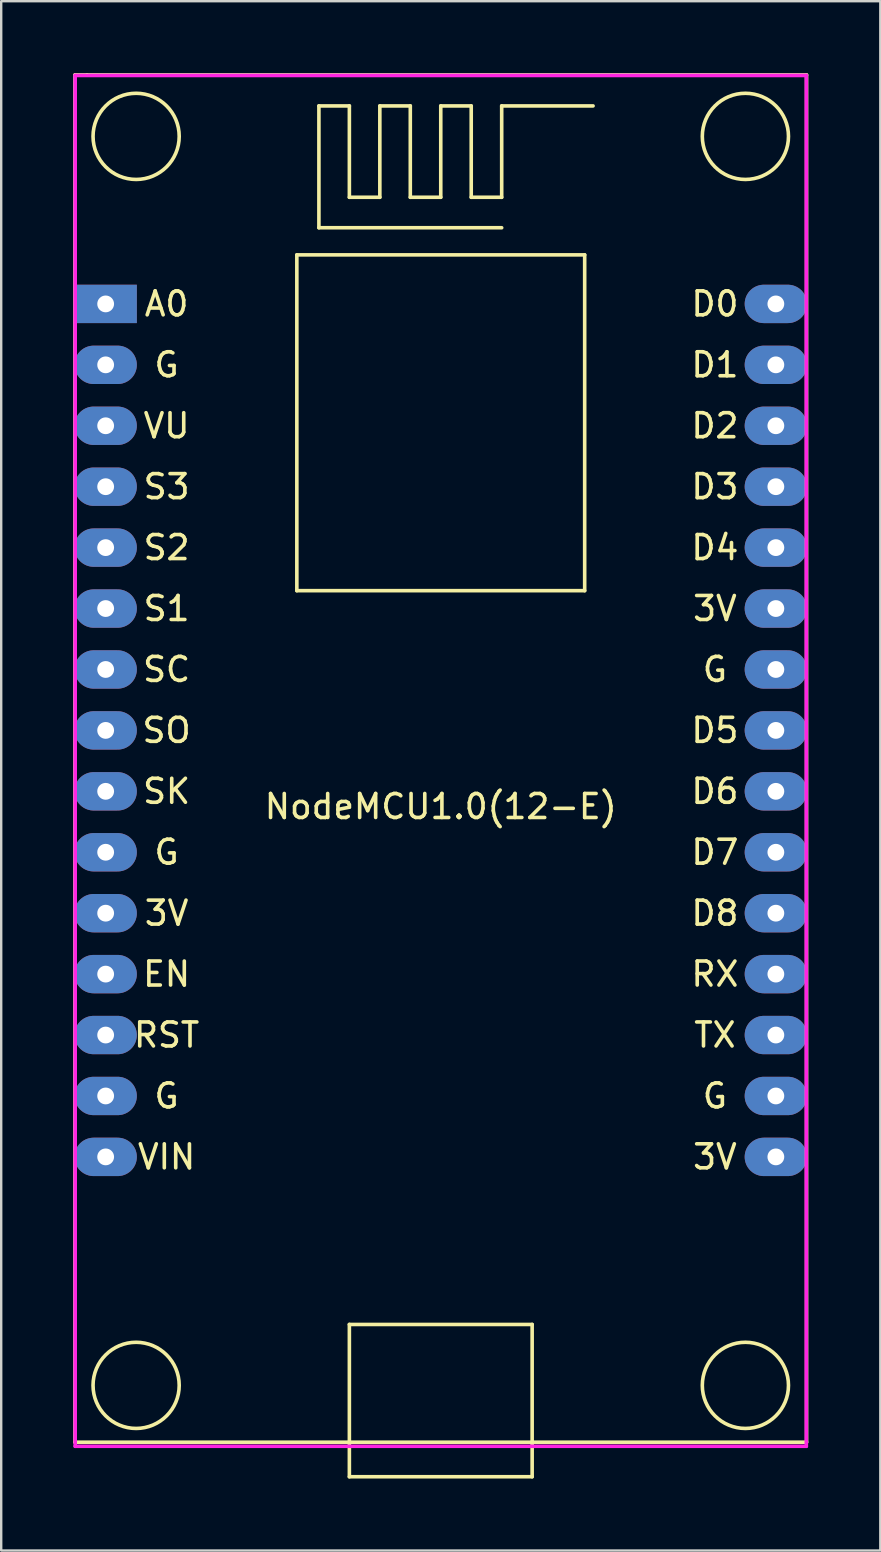
<source format=kicad_pcb>
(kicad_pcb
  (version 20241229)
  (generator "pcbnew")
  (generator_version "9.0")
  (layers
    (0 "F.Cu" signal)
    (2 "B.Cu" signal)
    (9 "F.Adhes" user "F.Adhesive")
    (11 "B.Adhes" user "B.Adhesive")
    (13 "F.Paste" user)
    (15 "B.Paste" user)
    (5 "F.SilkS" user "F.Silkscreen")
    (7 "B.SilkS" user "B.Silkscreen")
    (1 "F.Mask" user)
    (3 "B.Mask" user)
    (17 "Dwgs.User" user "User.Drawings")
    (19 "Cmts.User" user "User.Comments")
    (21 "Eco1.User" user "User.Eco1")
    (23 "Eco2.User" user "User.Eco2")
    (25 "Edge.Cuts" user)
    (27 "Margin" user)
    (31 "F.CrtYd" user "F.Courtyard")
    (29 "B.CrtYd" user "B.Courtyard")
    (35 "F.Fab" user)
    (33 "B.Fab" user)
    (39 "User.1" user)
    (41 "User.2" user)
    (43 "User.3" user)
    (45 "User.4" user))
  (footprint "NodeMCU1.0(12-E)"
    (layer "F.Cu")
    (at 15.325 30.575)
    (property "Reference" "NodeMCU1.0(12-E)" (at 0 0 0) (layer "F.SilkS") (effects (font (size 1 1) (thickness 0.15))))
    (attr through_hole)
    (fp_line (start -15.25 -30.5) (end -15.25 26.5) (stroke (width 0.15) (type solid)) (layer "F.SilkS"))
    (fp_line (start -15.25 26.5) (end 15.25 26.5) (stroke (width 0.15) (type solid)) (layer "F.SilkS"))
    (fp_line (start -14.75 -30.5) (end -15.25 -30.5) (stroke (width 0.15) (type solid)) (layer "F.SilkS"))
    (fp_line (start -6 -23) (end 6 -23) (stroke (width 0.15) (type solid)) (layer "F.SilkS"))
    (fp_line (start -6 -9) (end -6 -23) (stroke (width 0.15) (type solid)) (layer "F.SilkS"))
    (fp_line (start -5.08 -29.21) (end -3.81 -29.21) (stroke (width 0.15) (type solid)) (layer "F.SilkS"))
    (fp_line (start -5.08 -24.13) (end -5.08 -29.21) (stroke (width 0.15) (type solid)) (layer "F.SilkS"))
    (fp_line (start -3.81 -29.21) (end -3.81 -25.4) (stroke (width 0.15) (type solid)) (layer "F.SilkS"))
    (fp_line (start -3.81 -25.4) (end -2.54 -25.4) (stroke (width 0.15) (type solid)) (layer "F.SilkS"))
    (fp_line (start -3.81 21.59) (end -3.81 27.94) (stroke (width 0.15) (type solid)) (layer "F.SilkS"))
    (fp_line (start -3.81 27.94) (end 3.81 27.94) (stroke (width 0.15) (type solid)) (layer "F.SilkS"))
    (fp_line (start -2.54 -29.21) (end -1.27 -29.21) (stroke (width 0.15) (type solid)) (layer "F.SilkS"))
    (fp_line (start -2.54 -25.4) (end -2.54 -29.21) (stroke (width 0.15) (type solid)) (layer "F.SilkS"))
    (fp_line (start -1.27 -29.21) (end -1.27 -25.4) (stroke (width 0.15) (type solid)) (layer "F.SilkS"))
    (fp_line (start -1.27 -25.4) (end 0 -25.4) (stroke (width 0.15) (type solid)) (layer "F.SilkS"))
    (fp_line (start 0 -29.21) (end 1.27 -29.21) (stroke (width 0.15) (type solid)) (layer "F.SilkS"))
    (fp_line (start 0 -25.4) (end 0 -29.21) (stroke (width 0.15) (type solid)) (layer "F.SilkS"))
    (fp_line (start 1.27 -29.21) (end 1.27 -25.4) (stroke (width 0.15) (type solid)) (layer "F.SilkS"))
    (fp_line (start 1.27 -25.4) (end 2.54 -25.4) (stroke (width 0.15) (type solid)) (layer "F.SilkS"))
    (fp_line (start 2.54 -29.21) (end 6.35 -29.21) (stroke (width 0.15) (type solid)) (layer "F.SilkS"))
    (fp_line (start 2.54 -25.4) (end 2.54 -29.21) (stroke (width 0.15) (type solid)) (layer "F.SilkS"))
    (fp_line (start 2.54 -24.13) (end -5.08 -24.13) (stroke (width 0.15) (type solid)) (layer "F.SilkS"))
    (fp_line (start 3.81 21.59) (end -3.81 21.59) (stroke (width 0.15) (type solid)) (layer "F.SilkS"))
    (fp_line (start 3.81 27.94) (end 3.81 21.59) (stroke (width 0.15) (type solid)) (layer "F.SilkS"))
    (fp_line (start 6 -23) (end 6 -9) (stroke (width 0.15) (type solid)) (layer "F.SilkS"))
    (fp_line (start 6 -9) (end -6 -9) (stroke (width 0.15) (type solid)) (layer "F.SilkS"))
    (fp_line (start 15.25 -30.5) (end -14.75 -30.5) (stroke (width 0.15) (type solid)) (layer "F.SilkS"))
    (fp_line (start 15.25 26.5) (end 15.25 -30.5) (stroke (width 0.15) (type solid)) (layer "F.SilkS"))
    (fp_circle (center -12.7 -27.94) (end -11.43 -29.21) (stroke (width 0.15) (type solid)) (fill no) (layer "F.SilkS"))
    (fp_circle (center -12.7 24.13) (end -11.43 22.86) (stroke (width 0.15) (type solid)) (fill no) (layer "F.SilkS"))
    (fp_circle (center 12.7 -27.94) (end 13.97 -29.21) (stroke (width 0.15) (type solid)) (fill no) (layer "F.SilkS"))
    (fp_circle (center 12.7 24.13) (end 13.97 22.86) (stroke (width 0.15) (type solid)) (fill no) (layer "F.SilkS"))
    (fp_line (start -15.24 -30.48) (end -15.24 26.67) (stroke (width 0.15) (type solid)) (layer "F.CrtYd"))
    (fp_line (start -15.24 -30.48) (end 15.24 -30.48) (stroke (width 0.15) (type solid)) (layer "F.CrtYd"))
    (fp_line (start -15.24 26.67) (end 15.24 26.67) (stroke (width 0.15) (type solid)) (layer "F.CrtYd"))
    (fp_line (start 15.24 26.67) (end 15.24 -30.48) (stroke (width 0.15) (type solid)) (layer "F.CrtYd"))
    (fp_text user "G" (at -11.43 12.065 0) (layer "F.SilkS") (effects (font (size 1 1) (thickness 0.15))))
    (fp_text user "TX" (at 11.43 9.525 0) (layer "F.SilkS") (effects (font (size 1 1) (thickness 0.15))))
    (fp_text user "G" (at -11.43 -18.415 0) (layer "F.SilkS") (effects (font (size 1 1) (thickness 0.15))))
    (fp_text user "D1" (at 11.43 -18.415 0) (layer "F.SilkS") (effects (font (size 1 1) (thickness 0.15))))
    (fp_text user "RX" (at 11.43 6.985 0) (layer "F.SilkS") (effects (font (size 1 1) (thickness 0.15))))
    (fp_text user "G" (at -11.43 1.905 0) (layer "F.SilkS") (effects (font (size 1 1) (thickness 0.15))))
    (fp_text user "3V" (at 11.43 -8.255 0) (layer "F.SilkS") (effects (font (size 1 1) (thickness 0.15))))
    (fp_text user "SC" (at -11.43 -5.715 0) (layer "F.SilkS") (effects (font (size 1 1) (thickness 0.15))))
    (fp_text user "D8" (at 11.43 4.445 0) (layer "F.SilkS") (effects (font (size 1 1) (thickness 0.15))))
    (fp_text user "SK" (at -11.43 -0.635 0) (layer "F.SilkS") (effects (font (size 1 1) (thickness 0.15))))
    (fp_text user "VIN" (at -11.43 14.605 0) (layer "F.SilkS") (effects (font (size 1 1) (thickness 0.15))))
    (fp_text user "RST" (at -11.43 9.525 0) (layer "F.SilkS") (effects (font (size 1 1) (thickness 0.15))))
    (fp_text user "SO" (at -11.43 -3.175 0) (layer "F.SilkS") (effects (font (size 1 1) (thickness 0.15))))
    (fp_text user "S1" (at -11.43 -8.255 0) (layer "F.SilkS") (effects (font (size 1 1) (thickness 0.15))))
    (fp_text user "D7" (at 11.43 1.905 0) (layer "F.SilkS") (effects (font (size 1 1) (thickness 0.15))))
    (fp_text user "D3" (at 11.43 -13.335 0) (layer "F.SilkS") (effects (font (size 1 1) (thickness 0.15))))
    (fp_text user "3V" (at 11.43 14.605 0) (layer "F.SilkS") (effects (font (size 1 1) (thickness 0.15))))
    (fp_text user "G" (at 11.43 -5.715 0) (layer "F.SilkS") (effects (font (size 1 1) (thickness 0.15))))
    (fp_text user "G" (at 11.43 12.065 0) (layer "F.SilkS") (effects (font (size 1 1) (thickness 0.15))))
    (fp_text user "A0" (at -11.43 -20.955 0) (layer "F.SilkS") (effects (font (size 1 1) (thickness 0.15))))
    (fp_text user "VU" (at -11.43 -15.875 0) (layer "F.SilkS") (effects (font (size 1 1) (thickness 0.15))))
    (fp_text user "EN" (at -11.43 6.985 0) (layer "F.SilkS") (effects (font (size 1 1) (thickness 0.15))))
    (fp_text user "D6" (at 11.43 -0.635 0) (layer "F.SilkS") (effects (font (size 1 1) (thickness 0.15))))
    (fp_text user "D4" (at 11.43 -10.795 0) (layer "F.SilkS") (effects (font (size 1 1) (thickness 0.15))))
    (fp_text user "D2" (at 11.43 -15.875 0) (layer "F.SilkS") (effects (font (size 1 1) (thickness 0.15))))
    (fp_text user "3V" (at -11.43 4.445 0) (layer "F.SilkS") (effects (font (size 1 1) (thickness 0.15))))
    (fp_text user "D5" (at 11.43 -3.175 0) (layer "F.SilkS") (effects (font (size 1 1) (thickness 0.15))))
    (fp_text user "S3" (at -11.43 -13.335 0) (layer "F.SilkS") (effects (font (size 1 1) (thickness 0.15))))
    (fp_text user "D0" (at 11.43 -20.955 0) (layer "F.SilkS") (effects (font (size 1 1) (thickness 0.15))))
    (fp_text user "S2" (at -11.43 -10.795 0) (layer "F.SilkS") (effects (font (size 1 1) (thickness 0.15))))
    (pad "1" thru_hole rect (at -13.97 -20.955) (size 2.6 1.6) (drill 0.7) (layers "*.Cu" "*.Mask"))
    (pad "2" thru_hole oval (at -13.97 -18.415) (size 2.6 1.6) (drill 0.7) (layers "*.Cu" "*.Mask"))
    (pad "3" thru_hole oval (at -13.97 -15.875) (size 2.6 1.6) (drill 0.7) (layers "*.Cu" "*.Mask"))
    (pad "4" thru_hole oval (at -13.97 -13.335) (size 2.6 1.6) (drill 0.7) (layers "*.Cu" "*.Mask"))
    (pad "5" thru_hole oval (at -13.97 -10.795) (size 2.6 1.6) (drill 0.7) (layers "*.Cu" "*.Mask"))
    (pad "6" thru_hole oval (at -13.97 -8.255) (size 2.6 1.6) (drill 0.7) (layers "*.Cu" "*.Mask"))
    (pad "7" thru_hole oval (at -13.97 -5.715) (size 2.6 1.6) (drill 0.7) (layers "*.Cu" "*.Mask"))
    (pad "8" thru_hole oval (at -13.97 -3.175) (size 2.6 1.6) (drill 0.7) (layers "*.Cu" "*.Mask"))
    (pad "9" thru_hole oval (at -13.97 -0.635) (size 2.6 1.6) (drill 0.7) (layers "*.Cu" "*.Mask"))
    (pad "10" thru_hole oval (at -13.97 1.905) (size 2.6 1.6) (drill 0.7) (layers "*.Cu" "*.Mask"))
    (pad "11" thru_hole oval (at -13.97 4.445) (size 2.6 1.6) (drill 0.7) (layers "*.Cu" "*.Mask"))
    (pad "12" thru_hole oval (at -13.97 6.985) (size 2.6 1.6) (drill 0.7) (layers "*.Cu" "*.Mask"))
    (pad "13" thru_hole oval (at -13.97 9.525) (size 2.6 1.6) (drill 0.7) (layers "*.Cu" "*.Mask"))
    (pad "14" thru_hole oval (at -13.97 12.065) (size 2.6 1.6) (drill 0.7) (layers "*.Cu" "*.Mask"))
    (pad "15" thru_hole oval (at -13.97 14.605) (size 2.6 1.6) (drill 0.7) (layers "*.Cu" "*.Mask"))
    (pad "16" thru_hole oval (at 13.97 14.605) (size 2.6 1.6) (drill 0.7) (layers "*.Cu" "*.Mask"))
    (pad "17" thru_hole oval (at 13.97 12.065) (size 2.6 1.6) (drill 0.7) (layers "*.Cu" "*.Mask"))
    (pad "18" thru_hole oval (at 13.97 9.525) (size 2.6 1.6) (drill 0.7) (layers "*.Cu" "*.Mask"))
    (pad "19" thru_hole oval (at 13.97 6.985) (size 2.6 1.6) (drill 0.7) (layers "*.Cu" "*.Mask"))
    (pad "20" thru_hole oval (at 13.97 4.445) (size 2.6 1.6) (drill 0.7) (layers "*.Cu" "*.Mask"))
    (pad "21" thru_hole oval (at 13.97 1.905) (size 2.6 1.6) (drill 0.7) (layers "*.Cu" "*.Mask"))
    (pad "22" thru_hole oval (at 13.97 -0.635) (size 2.6 1.6) (drill 0.7) (layers "*.Cu" "*.Mask"))
    (pad "23" thru_hole oval (at 13.97 -3.175) (size 2.6 1.6) (drill 0.7) (layers "*.Cu" "*.Mask"))
    (pad "24" thru_hole oval (at 13.97 -5.715) (size 2.6 1.6) (drill 0.7) (layers "*.Cu" "*.Mask"))
    (pad "25" thru_hole oval (at 13.97 -8.255) (size 2.6 1.6) (drill 0.7) (layers "*.Cu" "*.Mask"))
    (pad "26" thru_hole oval (at 13.97 -10.795) (size 2.6 1.6) (drill 0.7) (layers "*.Cu" "*.Mask"))
    (pad "27" thru_hole oval (at 13.97 -13.335) (size 2.6 1.6) (drill 0.7) (layers "*.Cu" "*.Mask"))
    (pad "28" thru_hole oval (at 13.97 -15.875) (size 2.6 1.6) (drill 0.7) (layers "*.Cu" "*.Mask"))
    (pad "29" thru_hole oval (at 13.97 -18.415) (size 2.6 1.6) (drill 0.7) (layers "*.Cu" "*.Mask"))
    (pad "30" thru_hole oval (at 13.97 -20.955) (size 2.6 1.6) (drill 0.7) (layers "*.Cu" "*.Mask")))
  (gr_rect
    (start -3 -3)
    (end 33.65 61.59)
    (stroke (width 0.1) (type default))
    (fill no)
    (layer "Edge.Cuts")))
</source>
